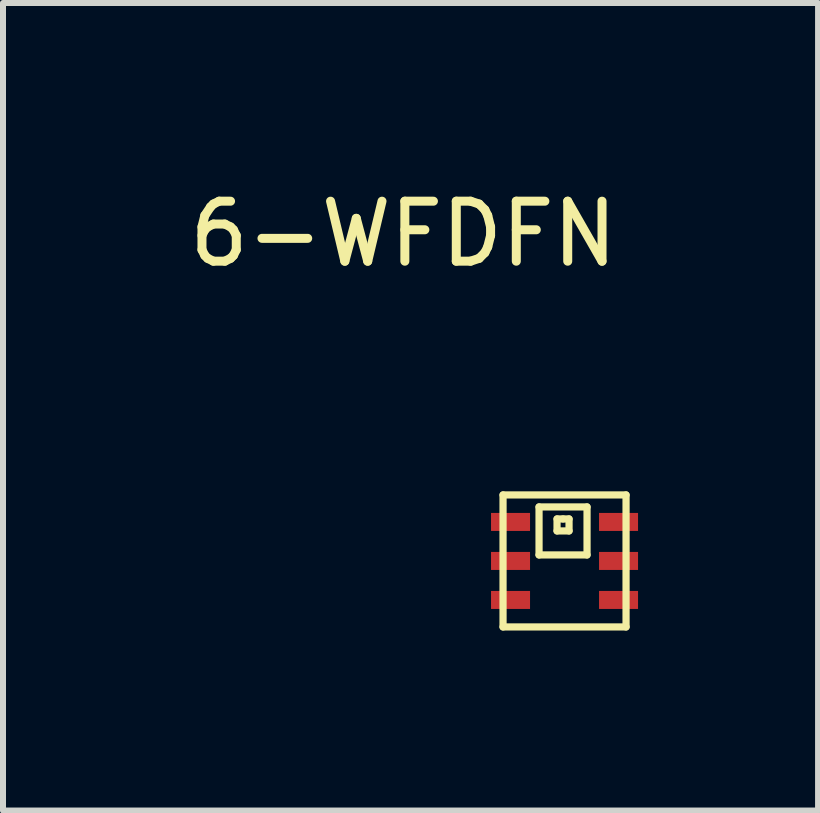
<source format=kicad_pcb>
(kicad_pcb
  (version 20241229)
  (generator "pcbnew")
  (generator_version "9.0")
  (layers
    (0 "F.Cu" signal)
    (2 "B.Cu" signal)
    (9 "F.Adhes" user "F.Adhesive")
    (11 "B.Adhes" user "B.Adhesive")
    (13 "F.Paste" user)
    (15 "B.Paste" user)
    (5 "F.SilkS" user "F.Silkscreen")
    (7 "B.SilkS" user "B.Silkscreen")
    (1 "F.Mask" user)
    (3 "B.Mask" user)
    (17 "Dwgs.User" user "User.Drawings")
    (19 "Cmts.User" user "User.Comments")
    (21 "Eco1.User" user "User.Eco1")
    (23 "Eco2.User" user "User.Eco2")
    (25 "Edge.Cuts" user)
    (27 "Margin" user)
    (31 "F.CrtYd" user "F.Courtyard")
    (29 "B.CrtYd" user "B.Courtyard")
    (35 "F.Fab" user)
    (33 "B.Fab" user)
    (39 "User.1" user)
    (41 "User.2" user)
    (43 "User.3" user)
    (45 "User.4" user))
  (footprint "6-WFDFN"
    (layer "F.Cu")
    (at 6.073 3.748)
    (property "Reference" "6-WFDFN" (at -2.4 -2.9 0) (layer "F.SilkS") (effects (font (size 1 1) (thickness 0.15))))
    (attr through_hole)
    (fp_line (start -0.74 1.45) (end -0.74 3.65) (stroke (width 0.12) (type solid)) (layer "F.SilkS"))
    (fp_line (start -0.74 3.65) (end 1.31 3.65) (stroke (width 0.12) (type solid)) (layer "F.SilkS"))
    (fp_line (start -0.14 1.65) (end 0.66 1.65) (stroke (width 0.12) (type solid)) (layer "F.SilkS"))
    (fp_line (start -0.14 2.45) (end -0.14 1.65) (stroke (width 0.12) (type solid)) (layer "F.SilkS"))
    (fp_line (start 0.16 1.85) (end 0.16 2.05) (stroke (width 0.12) (type solid)) (layer "F.SilkS"))
    (fp_line (start 0.16 2.05) (end 0.36 2.05) (stroke (width 0.12) (type solid)) (layer "F.SilkS"))
    (fp_line (start 0.26 1.85) (end 0.16 1.85) (stroke (width 0.12) (type solid)) (layer "F.SilkS"))
    (fp_line (start 0.36 1.85) (end 0.26 1.85) (stroke (width 0.12) (type solid)) (layer "F.SilkS"))
    (fp_line (start 0.36 2.05) (end 0.36 1.85) (stroke (width 0.12) (type solid)) (layer "F.SilkS"))
    (fp_line (start 0.66 1.65) (end 0.66 2.45) (stroke (width 0.12) (type solid)) (layer "F.SilkS"))
    (fp_line (start 0.66 2.45) (end -0.14 2.45) (stroke (width 0.12) (type solid)) (layer "F.SilkS"))
    (fp_line (start 1.31 1.45) (end -0.74 1.45) (stroke (width 0.12) (type solid)) (layer "F.SilkS"))
    (fp_line (start 1.31 3.65) (end 1.31 1.45) (stroke (width 0.12) (type solid)) (layer "F.SilkS"))
    (pad "1" smd rect (at -0.615 1.9) (size 0.65 0.3) (layers "F.Cu" "F.Mask" "F.Paste"))
    (pad "2" smd rect (at -0.615 2.55) (size 0.65 0.3) (layers "F.Cu" "F.Mask" "F.Paste"))
    (pad "3" smd rect (at -0.615 3.2) (size 0.65 0.3) (layers "F.Cu" "F.Mask" "F.Paste"))
    (pad "4" smd rect (at 1.185 3.2) (size 0.65 0.3) (layers "F.Cu" "F.Mask" "F.Paste"))
    (pad "5" smd rect (at 1.185 2.55) (size 0.65 0.3) (layers "F.Cu" "F.Mask" "F.Paste"))
    (pad "6" smd rect (at 1.185 1.9) (size 0.65 0.3) (layers "F.Cu" "F.Mask" "F.Paste")))
  (gr_rect
    (start -3 -3)
    (end 10.583 10.458)
    (stroke (width 0.1) (type default))
    (fill no)
    (layer "Edge.Cuts")))
</source>
